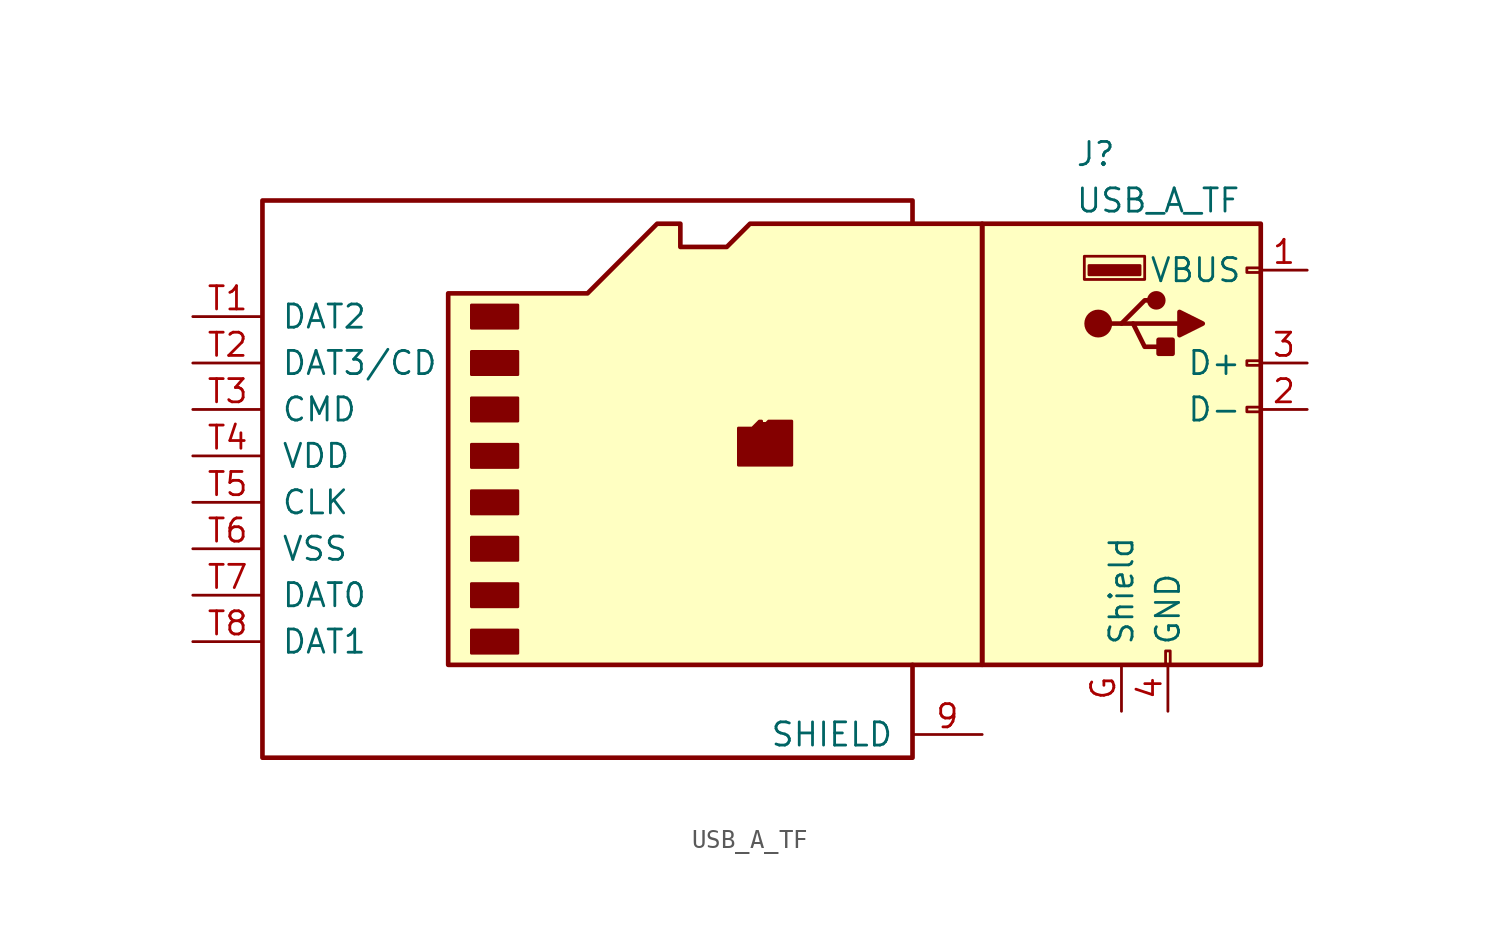
<source format=kicad_sym>
(kicad_symbol_lib
  (version 20220914)
  (generator kicad_symbol_editor)
  (symbol "USB_A_TF"
    (pin_names
      (offset 1.016))
    (property "Reference" "J"
      (at 5.08 10.16 0)
      (effects (font (size 1.27 1.27)) (justify left)))
    (property "Value" "USB_A_TF"
      (at 5.08 7.62 0)
      (effects (font (size 1.27 1.27)) (justify left)))
    (symbol "USB_A_TF_0_1"
      (rectangle (start -27.94 -15.875) (end -25.4 -17.145) (stroke (width 0) (type default)) (fill (type outline)))
      (rectangle (start -27.94 -13.335) (end -25.4 -14.605) (stroke (width 0) (type default)) (fill (type outline)))
      (rectangle (start -27.94 -10.795) (end -25.4 -12.065) (stroke (width 0) (type default)) (fill (type outline)))
      (rectangle (start -27.94 -8.255) (end -25.4 -9.525) (stroke (width 0) (type default)) (fill (type outline)))
      (rectangle (start -27.94 -5.715) (end -25.4 -6.985) (stroke (width 0) (type default)) (fill (type outline)))
      (rectangle (start -27.94 -3.175) (end -25.4 -4.445) (stroke (width 0) (type default)) (fill (type outline)))
      (rectangle (start -27.94 -0.635) (end -25.4 -1.905) (stroke (width 0) (type default)) (fill (type outline)))
      (rectangle (start -27.94 1.905) (end -25.4 0.635) (stroke (width 0) (type default)) (fill (type outline)))
      (polyline (pts (xy 6.985 0.889) (xy 7.62 0.889) (xy 8.89 2.159) (xy 9.525 2.159)) (stroke (width 0.254) (type default)) (fill (type none)))
      (polyline (pts (xy 7.62 0.889) (xy 8.255 0.889) (xy 8.89 -0.381) (xy 10.16 -0.381)) (stroke (width 0.254) (type default)) (fill (type none)))
      (polyline (pts (xy 10.795 1.524) (xy 10.795 0.254) (xy 12.065 0.889) (xy 10.795 1.524)) (stroke (width 0.254) (type default)) (fill (type outline)))
      (polyline (pts (xy -3.81 6.35) (xy -3.81 7.62) (xy -39.37 7.62) (xy -39.37 -22.86) (xy -3.81 -22.86) (xy -3.81 -17.78)) (stroke (width 0.254) (type default)) (fill (type none)))
      (polyline (pts (xy -29.21 -17.78) (xy -29.21 2.54) (xy -21.59 2.54) (xy -17.78 6.35) (xy -16.51 6.35) (xy -16.51 5.08) (xy -13.97 5.08) (xy -12.7 6.35) (xy 0 6.35) (xy 0 -17.78) (xy -29.21 -17.78)) (stroke (width 0.254) (type default)) (fill (type background)))
      (rectangle (start 0 6.35) (end 15.24 -17.78) (stroke (width 0.254) (type default)) (fill (type background)))
      (rectangle (start 5.588 4.572) (end 8.89 3.302) (stroke (width 0) (type default)) (fill (type none)))
      (rectangle (start 5.842 4.064) (end 8.636 3.556) (stroke (width 0) (type default)) (fill (type outline)))
      (circle (center 6.35 0.889) (radius 0.635) (stroke (width 0.254) (type default)) (fill (type outline)))
      (circle (center 9.525 2.159) (radius 0.381) (stroke (width 0.254) (type default)) (fill (type outline)))
      (rectangle (start 10.033 -17.018) (end 10.287 -17.78) (stroke (width 0) (type default)) (fill (type none)))
      (rectangle (start 10.414 0) (end 9.652 -0.762) (stroke (width 0.254) (type default)) (fill (type outline)))
      (rectangle (start 14.478 -1.143) (end 15.24 -1.397) (stroke (width 0) (type default)) (fill (type none)))
      (rectangle (start 14.478 3.937) (end 15.24 3.683) (stroke (width 0) (type default)) (fill (type none)))
      (rectangle (start 15.24 -3.937) (end 14.478 -3.683) (stroke (width 0) (type default)) (fill (type none))))
    (symbol "USB_A_TF_1_1"
      (polyline (pts (xy 8.255 0.889) (xy 10.795 0.889)) (stroke (width 0.254) (type default)) (fill (type none)))
      (polyline (pts (xy -10.414 -4.445) (xy -10.414 -6.858) (xy -13.335 -6.858) (xy -13.335 -4.826) (xy -12.573 -4.826) (xy -12.192 -4.445) (xy -12.065 -4.445) (xy -12.065 -4.572) (xy -11.811 -4.572) (xy -11.684 -4.445) (xy -10.414 -4.445) (xy -10.414 -4.445)) (stroke (width 0) (type default)) (fill (type outline)))
      (pin power_in line (at 17.78 3.81 180) (length 2.54) (name "VBUS" (effects (font (size 1.27 1.27)))) (number "1" (effects (font (size 1.27 1.27)))))
      (pin bidirectional line (at 17.78 -3.81 180) (length 2.54) (name "D-" (effects (font (size 1.27 1.27)))) (number "2" (effects (font (size 1.27 1.27)))))
      (pin bidirectional line (at 17.78 -1.27 180) (length 2.54) (name "D+" (effects (font (size 1.27 1.27)))) (number "3" (effects (font (size 1.27 1.27)))))
      (pin power_in line (at 10.16 -20.32 90) (length 2.54) (name "GND" (effects (font (size 1.27 1.27)))) (number "4" (effects (font (size 1.27 1.27)))))
      (pin passive line (at 0 -21.59 180) (length 3.81) (name "SHIELD" (effects (font (size 1.27 1.27)))) (number "9" (effects (font (size 1.27 1.27)))))
      (pin passive line (at 7.62 -20.32 90) (length 2.54) (name "Shield" (effects (font (size 1.27 1.27)))) (number "G" (effects (font (size 1.27 1.27)))))
      (pin bidirectional line (at -43.18 1.27 0) (length 3.81) (name "DAT2" (effects (font (size 1.27 1.27)))) (number "T1" (effects (font (size 1.27 1.27)))))
      (pin bidirectional line (at -43.18 -1.27 0) (length 3.81) (name "DAT3/CD" (effects (font (size 1.27 1.27)))) (number "T2" (effects (font (size 1.27 1.27)))))
      (pin input line (at -43.18 -3.81 0) (length 3.81) (name "CMD" (effects (font (size 1.27 1.27)))) (number "T3" (effects (font (size 1.27 1.27)))))
      (pin power_in line (at -43.18 -6.35 0) (length 3.81) (name "VDD" (effects (font (size 1.27 1.27)))) (number "T4" (effects (font (size 1.27 1.27)))))
      (pin input line (at -43.18 -8.89 0) (length 3.81) (name "CLK" (effects (font (size 1.27 1.27)))) (number "T5" (effects (font (size 1.27 1.27)))))
      (pin power_in line (at -43.18 -11.43 0) (length 3.81) (name "VSS" (effects (font (size 1.27 1.27)))) (number "T6" (effects (font (size 1.27 1.27)))))
      (pin bidirectional line (at -43.18 -13.97 0) (length 3.81) (name "DAT0" (effects (font (size 1.27 1.27)))) (number "T7" (effects (font (size 1.27 1.27)))))
      (pin bidirectional line (at -43.18 -16.51 0) (length 3.81) (name "DAT1" (effects (font (size 1.27 1.27)))) (number "T8" (effects (font (size 1.27 1.27))))))))
</source>
